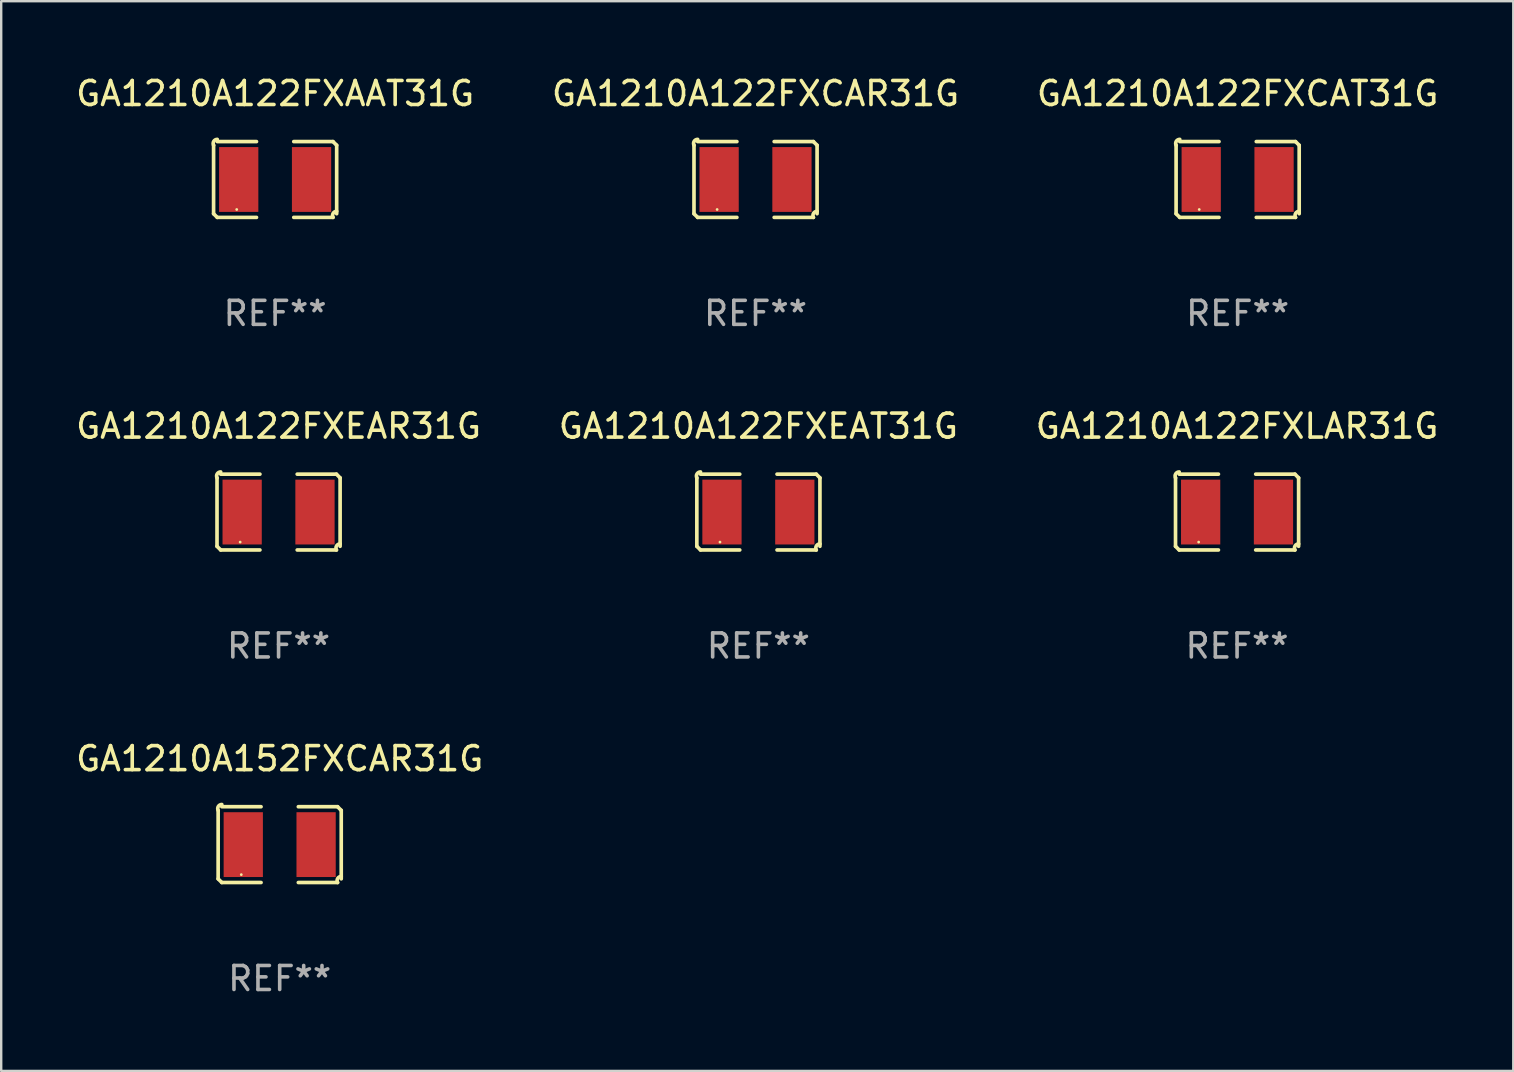
<source format=kicad_pcb>
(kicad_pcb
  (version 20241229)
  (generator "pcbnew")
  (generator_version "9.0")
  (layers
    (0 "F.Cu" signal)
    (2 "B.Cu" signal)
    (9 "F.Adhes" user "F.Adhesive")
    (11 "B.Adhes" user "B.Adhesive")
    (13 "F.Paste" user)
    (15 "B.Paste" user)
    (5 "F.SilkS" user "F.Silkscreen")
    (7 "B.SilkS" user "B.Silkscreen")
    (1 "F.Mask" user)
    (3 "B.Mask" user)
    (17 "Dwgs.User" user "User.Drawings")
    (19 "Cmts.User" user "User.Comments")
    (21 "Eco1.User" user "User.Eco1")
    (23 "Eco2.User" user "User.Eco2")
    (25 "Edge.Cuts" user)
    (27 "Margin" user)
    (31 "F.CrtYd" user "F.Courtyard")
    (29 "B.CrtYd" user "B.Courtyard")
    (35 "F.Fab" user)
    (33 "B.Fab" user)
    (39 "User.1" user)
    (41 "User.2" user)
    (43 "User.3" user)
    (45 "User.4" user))
  (footprint "GA1210A122FXAAT31G"
    (layer "F.Cu")
    (at 8.411 4.427)
    (property "Reference" "GA1210A122FXAAT31G" (at 0 -3.579 0) (layer "F.SilkS") (effects (font (size 1 1) (thickness 0.15))))
    (attr through_hole)
    (fp_line (start -2.564 1.426) (end -2.564 -1.426) (stroke (width 0.152) (type solid)) (layer "F.SilkS"))
    (fp_line (start -2.411 -1.579) (end -0.776 -1.579) (stroke (width 0.152) (type solid)) (layer "F.SilkS"))
    (fp_line (start -0.776 1.579) (end -2.411 1.579) (stroke (width 0.152) (type solid)) (layer "F.SilkS"))
    (fp_line (start 0.776 1.579) (end 2.411 1.579) (stroke (width 0.152) (type solid)) (layer "F.SilkS"))
    (fp_line (start 2.411 -1.579) (end 0.776 -1.579) (stroke (width 0.152) (type solid)) (layer "F.SilkS"))
    (fp_line (start 2.564 1.426) (end 2.564 -1.426) (stroke (width 0.152) (type solid)) (layer "F.SilkS"))
    (fp_arc (start -2.563602 -1.426213) (mid -2.555597 -1.591233) (end -2.411201 -1.671518) (stroke (width 0.1524) (type solid)) (layer "F.SilkS"))
    (fp_arc (start -2.5636 1.426214) (mid -2.487389 1.502402) (end -2.411201 1.578613) (stroke (width 0.1524) (type solid)) (layer "F.SilkS"))
    (fp_arc (start 2.411197 -1.578618) (mid 2.487403 -1.502419) (end 2.563602 -1.426213) (stroke (width 0.1524) (type solid)) (layer "F.SilkS"))
    (fp_arc (start 2.411201 1.578613) (mid 2.416214 1.409455) (end 2.563602 1.32629) (stroke (width 0.1524) (type solid)) (layer "F.SilkS"))
    (fp_circle (center -1.6 1.25) (end -1.57 1.25) (stroke (width 0.06) (type solid)) (fill no) (layer "F.SilkS"))
    (fp_text user "REF**" (at 0 5.579 0) (layer "F.Fab") (effects (font (size 1 1) (thickness 0.15))))
    (pad "1" smd rect (at -1.517 0) (size 1.635 2.7) (layers "F.Cu" "F.Mask" "F.Paste"))
    (pad "2" smd rect (at 1.517 0) (size 1.635 2.7) (layers "F.Cu" "F.Mask" "F.Paste")))
  (footprint "GA1210A122FXCAR31G"
    (layer "F.Cu")
    (at 28.423 4.427)
    (property "Reference" "GA1210A122FXCAR31G" (at 0 -3.579 0) (layer "F.SilkS") (effects (font (size 1 1) (thickness 0.15))))
    (attr through_hole)
    (fp_line (start -2.564 1.426) (end -2.564 -1.426) (stroke (width 0.152) (type solid)) (layer "F.SilkS"))
    (fp_line (start -2.411 -1.579) (end -0.776 -1.579) (stroke (width 0.152) (type solid)) (layer "F.SilkS"))
    (fp_line (start -0.776 1.579) (end -2.411 1.579) (stroke (width 0.152) (type solid)) (layer "F.SilkS"))
    (fp_line (start 0.776 1.579) (end 2.411 1.579) (stroke (width 0.152) (type solid)) (layer "F.SilkS"))
    (fp_line (start 2.411 -1.579) (end 0.776 -1.579) (stroke (width 0.152) (type solid)) (layer "F.SilkS"))
    (fp_line (start 2.564 1.426) (end 2.564 -1.426) (stroke (width 0.152) (type solid)) (layer "F.SilkS"))
    (fp_arc (start -2.563602 -1.426213) (mid -2.555597 -1.591233) (end -2.411201 -1.671518) (stroke (width 0.1524) (type solid)) (layer "F.SilkS"))
    (fp_arc (start -2.5636 1.426214) (mid -2.487389 1.502402) (end -2.411201 1.578613) (stroke (width 0.1524) (type solid)) (layer "F.SilkS"))
    (fp_arc (start 2.411197 -1.578618) (mid 2.487403 -1.502419) (end 2.563602 -1.426213) (stroke (width 0.1524) (type solid)) (layer "F.SilkS"))
    (fp_arc (start 2.411201 1.578613) (mid 2.416214 1.409455) (end 2.563602 1.32629) (stroke (width 0.1524) (type solid)) (layer "F.SilkS"))
    (fp_circle (center -1.6 1.25) (end -1.57 1.25) (stroke (width 0.06) (type solid)) (fill no) (layer "F.SilkS"))
    (fp_text user "REF**" (at 0 5.579 0) (layer "F.Fab") (effects (font (size 1 1) (thickness 0.15))))
    (pad "1" smd rect (at -1.517 0) (size 1.635 2.7) (layers "F.Cu" "F.Mask" "F.Paste"))
    (pad "2" smd rect (at 1.517 0) (size 1.635 2.7) (layers "F.Cu" "F.Mask" "F.Paste")))
  (footprint "GA1210A122FXEAT31G"
    (layer "F.Cu")
    (at 28.542 18.281)
    (property "Reference" "GA1210A122FXEAT31G" (at 0 -3.579 0) (layer "F.SilkS") (effects (font (size 1 1) (thickness 0.15))))
    (attr through_hole)
    (fp_line (start -2.564 1.426) (end -2.564 -1.426) (stroke (width 0.152) (type solid)) (layer "F.SilkS"))
    (fp_line (start -2.411 -1.579) (end -0.776 -1.579) (stroke (width 0.152) (type solid)) (layer "F.SilkS"))
    (fp_line (start -0.776 1.579) (end -2.411 1.579) (stroke (width 0.152) (type solid)) (layer "F.SilkS"))
    (fp_line (start 0.776 1.579) (end 2.411 1.579) (stroke (width 0.152) (type solid)) (layer "F.SilkS"))
    (fp_line (start 2.411 -1.579) (end 0.776 -1.579) (stroke (width 0.152) (type solid)) (layer "F.SilkS"))
    (fp_line (start 2.564 1.426) (end 2.564 -1.426) (stroke (width 0.152) (type solid)) (layer "F.SilkS"))
    (fp_arc (start -2.563602 -1.426213) (mid -2.555597 -1.591233) (end -2.411201 -1.671518) (stroke (width 0.1524) (type solid)) (layer "F.SilkS"))
    (fp_arc (start -2.5636 1.426214) (mid -2.487389 1.502402) (end -2.411201 1.578613) (stroke (width 0.1524) (type solid)) (layer "F.SilkS"))
    (fp_arc (start 2.411197 -1.578618) (mid 2.487403 -1.502419) (end 2.563602 -1.426213) (stroke (width 0.1524) (type solid)) (layer "F.SilkS"))
    (fp_arc (start 2.411201 1.578613) (mid 2.416214 1.409455) (end 2.563602 1.32629) (stroke (width 0.1524) (type solid)) (layer "F.SilkS"))
    (fp_circle (center -1.6 1.25) (end -1.57 1.25) (stroke (width 0.06) (type solid)) (fill no) (layer "F.SilkS"))
    (fp_text user "REF**" (at 0 5.579 0) (layer "F.Fab") (effects (font (size 1 1) (thickness 0.15))))
    (pad "1" smd rect (at -1.517 0) (size 1.635 2.7) (layers "F.Cu" "F.Mask" "F.Paste"))
    (pad "2" smd rect (at 1.517 0) (size 1.635 2.7) (layers "F.Cu" "F.Mask" "F.Paste")))
  (footprint "GA1210A122FXLAR31G"
    (layer "F.Cu")
    (at 48.482 18.281)
    (property "Reference" "GA1210A122FXLAR31G" (at 0 -3.579 0) (layer "F.SilkS") (effects (font (size 1 1) (thickness 0.15))))
    (attr through_hole)
    (fp_line (start -2.564 1.426) (end -2.564 -1.426) (stroke (width 0.152) (type solid)) (layer "F.SilkS"))
    (fp_line (start -2.411 -1.579) (end -0.776 -1.579) (stroke (width 0.152) (type solid)) (layer "F.SilkS"))
    (fp_line (start -0.776 1.579) (end -2.411 1.579) (stroke (width 0.152) (type solid)) (layer "F.SilkS"))
    (fp_line (start 0.776 1.579) (end 2.411 1.579) (stroke (width 0.152) (type solid)) (layer "F.SilkS"))
    (fp_line (start 2.411 -1.579) (end 0.776 -1.579) (stroke (width 0.152) (type solid)) (layer "F.SilkS"))
    (fp_line (start 2.564 1.426) (end 2.564 -1.426) (stroke (width 0.152) (type solid)) (layer "F.SilkS"))
    (fp_arc (start -2.563602 -1.426213) (mid -2.555597 -1.591233) (end -2.411201 -1.671518) (stroke (width 0.1524) (type solid)) (layer "F.SilkS"))
    (fp_arc (start -2.5636 1.426214) (mid -2.487389 1.502402) (end -2.411201 1.578613) (stroke (width 0.1524) (type solid)) (layer "F.SilkS"))
    (fp_arc (start 2.411197 -1.578618) (mid 2.487403 -1.502419) (end 2.563602 -1.426213) (stroke (width 0.1524) (type solid)) (layer "F.SilkS"))
    (fp_arc (start 2.411201 1.578613) (mid 2.416214 1.409455) (end 2.563602 1.32629) (stroke (width 0.1524) (type solid)) (layer "F.SilkS"))
    (fp_circle (center -1.6 1.25) (end -1.57 1.25) (stroke (width 0.06) (type solid)) (fill no) (layer "F.SilkS"))
    (fp_text user "REF**" (at 0 5.579 0) (layer "F.Fab") (effects (font (size 1 1) (thickness 0.15))))
    (pad "1" smd rect (at -1.517 0) (size 1.635 2.7) (layers "F.Cu" "F.Mask" "F.Paste"))
    (pad "2" smd rect (at 1.517 0) (size 1.635 2.7) (layers "F.Cu" "F.Mask" "F.Paste")))
  (footprint "GA1210A122FXEAR31G"
    (layer "F.Cu")
    (at 8.554 18.281)
    (property "Reference" "GA1210A122FXEAR31G" (at 0 -3.579 0) (layer "F.SilkS") (effects (font (size 1 1) (thickness 0.15))))
    (attr through_hole)
    (fp_line (start -2.564 1.426) (end -2.564 -1.426) (stroke (width 0.152) (type solid)) (layer "F.SilkS"))
    (fp_line (start -2.411 -1.579) (end -0.776 -1.579) (stroke (width 0.152) (type solid)) (layer "F.SilkS"))
    (fp_line (start -0.776 1.579) (end -2.411 1.579) (stroke (width 0.152) (type solid)) (layer "F.SilkS"))
    (fp_line (start 0.776 1.579) (end 2.411 1.579) (stroke (width 0.152) (type solid)) (layer "F.SilkS"))
    (fp_line (start 2.411 -1.579) (end 0.776 -1.579) (stroke (width 0.152) (type solid)) (layer "F.SilkS"))
    (fp_line (start 2.564 1.426) (end 2.564 -1.426) (stroke (width 0.152) (type solid)) (layer "F.SilkS"))
    (fp_arc (start -2.563602 -1.426213) (mid -2.555597 -1.591233) (end -2.411201 -1.671518) (stroke (width 0.1524) (type solid)) (layer "F.SilkS"))
    (fp_arc (start -2.5636 1.426214) (mid -2.487389 1.502402) (end -2.411201 1.578613) (stroke (width 0.1524) (type solid)) (layer "F.SilkS"))
    (fp_arc (start 2.411197 -1.578618) (mid 2.487403 -1.502419) (end 2.563602 -1.426213) (stroke (width 0.1524) (type solid)) (layer "F.SilkS"))
    (fp_arc (start 2.411201 1.578613) (mid 2.416214 1.409455) (end 2.563602 1.32629) (stroke (width 0.1524) (type solid)) (layer "F.SilkS"))
    (fp_circle (center -1.6 1.25) (end -1.57 1.25) (stroke (width 0.06) (type solid)) (fill no) (layer "F.SilkS"))
    (fp_text user "REF**" (at 0 5.579 0) (layer "F.Fab") (effects (font (size 1 1) (thickness 0.15))))
    (pad "1" smd rect (at -1.517 0) (size 1.635 2.7) (layers "F.Cu" "F.Mask" "F.Paste"))
    (pad "2" smd rect (at 1.517 0) (size 1.635 2.7) (layers "F.Cu" "F.Mask" "F.Paste")))
  (footprint "GA1210A122FXCAT31G"
    (layer "F.Cu")
    (at 48.506 4.427)
    (property "Reference" "GA1210A122FXCAT31G" (at 0 -3.579 0) (layer "F.SilkS") (effects (font (size 1 1) (thickness 0.15))))
    (attr through_hole)
    (fp_line (start -2.564 1.426) (end -2.564 -1.426) (stroke (width 0.152) (type solid)) (layer "F.SilkS"))
    (fp_line (start -2.411 -1.579) (end -0.776 -1.579) (stroke (width 0.152) (type solid)) (layer "F.SilkS"))
    (fp_line (start -0.776 1.579) (end -2.411 1.579) (stroke (width 0.152) (type solid)) (layer "F.SilkS"))
    (fp_line (start 0.776 1.579) (end 2.411 1.579) (stroke (width 0.152) (type solid)) (layer "F.SilkS"))
    (fp_line (start 2.411 -1.579) (end 0.776 -1.579) (stroke (width 0.152) (type solid)) (layer "F.SilkS"))
    (fp_line (start 2.564 1.426) (end 2.564 -1.426) (stroke (width 0.152) (type solid)) (layer "F.SilkS"))
    (fp_arc (start -2.563602 -1.426213) (mid -2.555597 -1.591233) (end -2.411201 -1.671518) (stroke (width 0.1524) (type solid)) (layer "F.SilkS"))
    (fp_arc (start -2.5636 1.426214) (mid -2.487389 1.502402) (end -2.411201 1.578613) (stroke (width 0.1524) (type solid)) (layer "F.SilkS"))
    (fp_arc (start 2.411197 -1.578618) (mid 2.487403 -1.502419) (end 2.563602 -1.426213) (stroke (width 0.1524) (type solid)) (layer "F.SilkS"))
    (fp_arc (start 2.411201 1.578613) (mid 2.416214 1.409455) (end 2.563602 1.32629) (stroke (width 0.1524) (type solid)) (layer "F.SilkS"))
    (fp_circle (center -1.6 1.25) (end -1.57 1.25) (stroke (width 0.06) (type solid)) (fill no) (layer "F.SilkS"))
    (fp_text user "REF**" (at 0 5.579 0) (layer "F.Fab") (effects (font (size 1 1) (thickness 0.15))))
    (pad "1" smd rect (at -1.517 0) (size 1.635 2.7) (layers "F.Cu" "F.Mask" "F.Paste"))
    (pad "2" smd rect (at 1.517 0) (size 1.635 2.7) (layers "F.Cu" "F.Mask" "F.Paste")))
  (footprint "GA1210A152FXCAR31G"
    (layer "F.Cu")
    (at 8.601 32.134)
    (property "Reference" "GA1210A152FXCAR31G" (at 0 -3.579 0) (layer "F.SilkS") (effects (font (size 1 1) (thickness 0.15))))
    (attr through_hole)
    (fp_line (start -2.564 1.426) (end -2.564 -1.426) (stroke (width 0.152) (type solid)) (layer "F.SilkS"))
    (fp_line (start -2.411 -1.579) (end -0.776 -1.579) (stroke (width 0.152) (type solid)) (layer "F.SilkS"))
    (fp_line (start -0.776 1.579) (end -2.411 1.579) (stroke (width 0.152) (type solid)) (layer "F.SilkS"))
    (fp_line (start 0.776 1.579) (end 2.411 1.579) (stroke (width 0.152) (type solid)) (layer "F.SilkS"))
    (fp_line (start 2.411 -1.579) (end 0.776 -1.579) (stroke (width 0.152) (type solid)) (layer "F.SilkS"))
    (fp_line (start 2.564 1.426) (end 2.564 -1.426) (stroke (width 0.152) (type solid)) (layer "F.SilkS"))
    (fp_arc (start -2.563602 -1.426213) (mid -2.555597 -1.591233) (end -2.411201 -1.671518) (stroke (width 0.1524) (type solid)) (layer "F.SilkS"))
    (fp_arc (start -2.5636 1.426214) (mid -2.487389 1.502402) (end -2.411201 1.578613) (stroke (width 0.1524) (type solid)) (layer "F.SilkS"))
    (fp_arc (start 2.411197 -1.578618) (mid 2.487403 -1.502419) (end 2.563602 -1.426213) (stroke (width 0.1524) (type solid)) (layer "F.SilkS"))
    (fp_arc (start 2.411201 1.578613) (mid 2.416214 1.409455) (end 2.563602 1.32629) (stroke (width 0.1524) (type solid)) (layer "F.SilkS"))
    (fp_circle (center -1.6 1.25) (end -1.57 1.25) (stroke (width 0.06) (type solid)) (fill no) (layer "F.SilkS"))
    (fp_text user "REF**" (at 0 5.579 0) (layer "F.Fab") (effects (font (size 1 1) (thickness 0.15))))
    (pad "1" smd rect (at -1.517 0) (size 1.635 2.7) (layers "F.Cu" "F.Mask" "F.Paste"))
    (pad "2" smd rect (at 1.517 0) (size 1.635 2.7) (layers "F.Cu" "F.Mask" "F.Paste")))
  (gr_rect
    (start -3 -3)
    (end 59.988 41.561)
    (stroke (width 0.1) (type default))
    (fill no)
    (layer "Edge.Cuts")))
</source>
